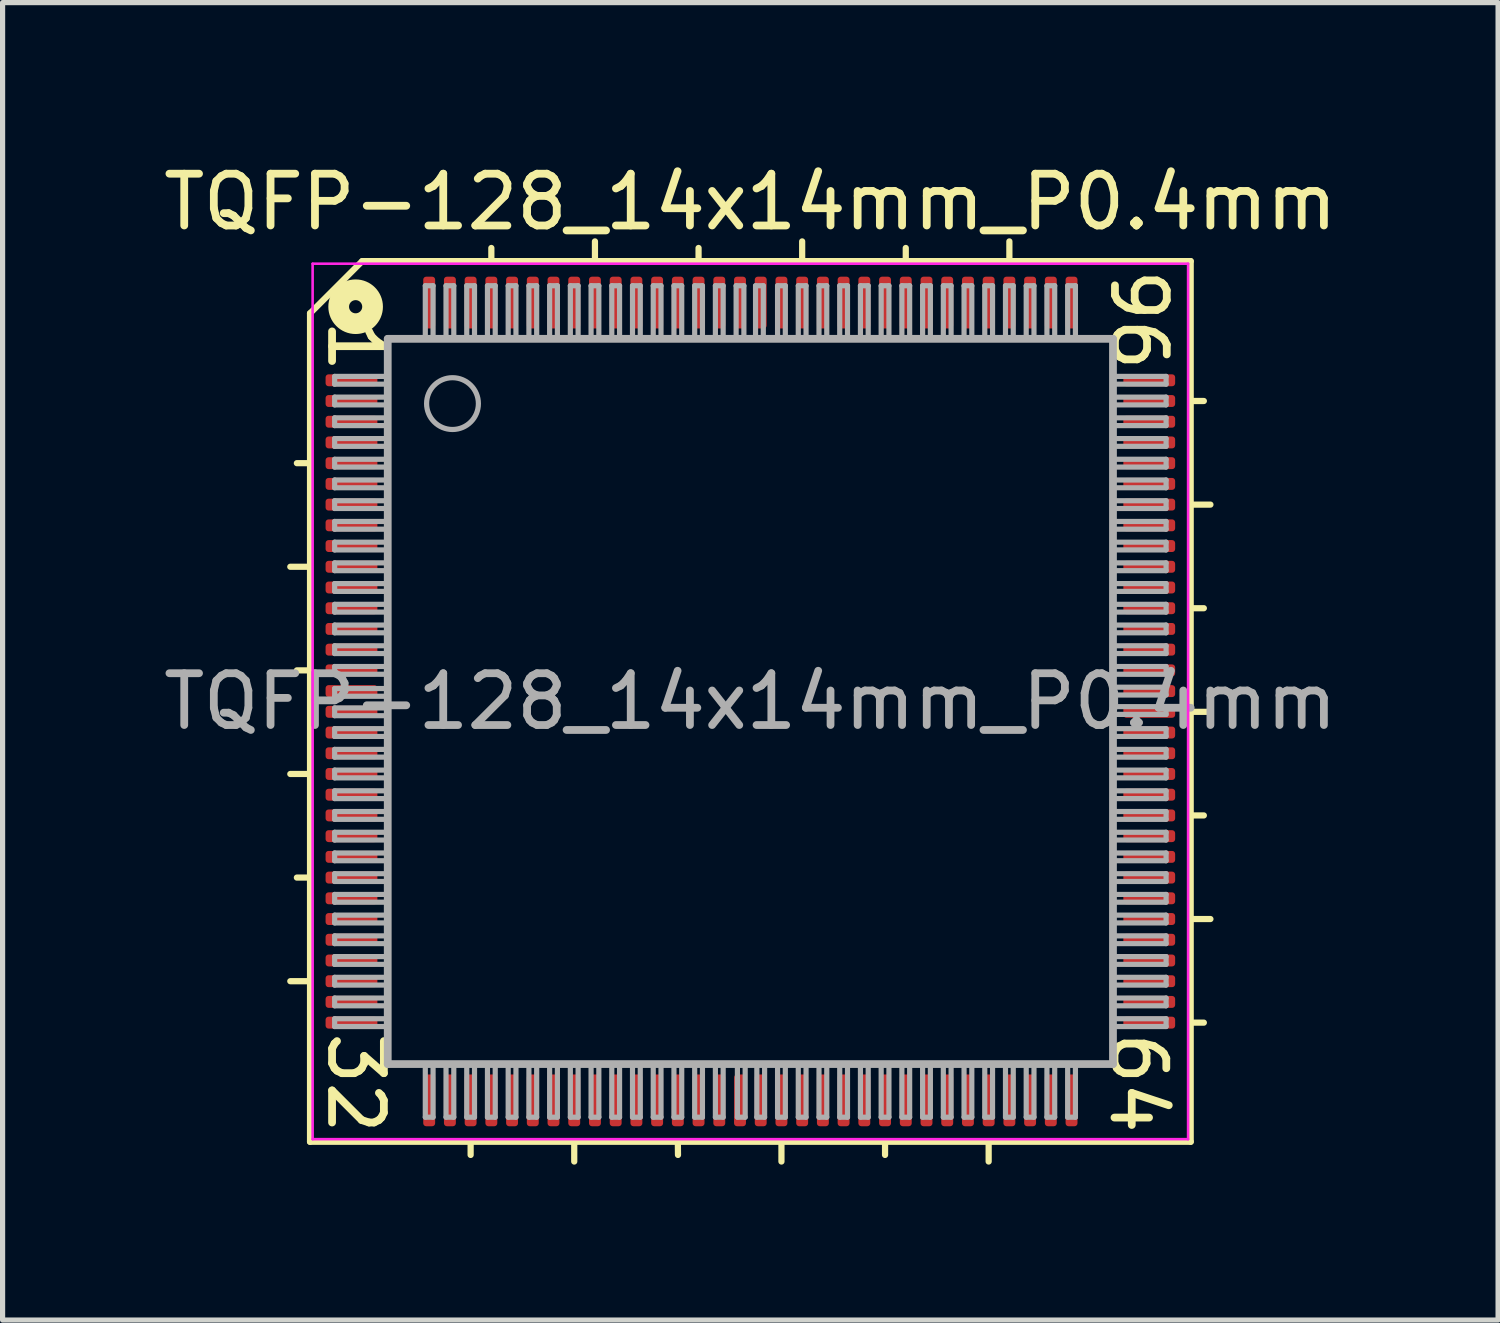
<source format=kicad_pcb>
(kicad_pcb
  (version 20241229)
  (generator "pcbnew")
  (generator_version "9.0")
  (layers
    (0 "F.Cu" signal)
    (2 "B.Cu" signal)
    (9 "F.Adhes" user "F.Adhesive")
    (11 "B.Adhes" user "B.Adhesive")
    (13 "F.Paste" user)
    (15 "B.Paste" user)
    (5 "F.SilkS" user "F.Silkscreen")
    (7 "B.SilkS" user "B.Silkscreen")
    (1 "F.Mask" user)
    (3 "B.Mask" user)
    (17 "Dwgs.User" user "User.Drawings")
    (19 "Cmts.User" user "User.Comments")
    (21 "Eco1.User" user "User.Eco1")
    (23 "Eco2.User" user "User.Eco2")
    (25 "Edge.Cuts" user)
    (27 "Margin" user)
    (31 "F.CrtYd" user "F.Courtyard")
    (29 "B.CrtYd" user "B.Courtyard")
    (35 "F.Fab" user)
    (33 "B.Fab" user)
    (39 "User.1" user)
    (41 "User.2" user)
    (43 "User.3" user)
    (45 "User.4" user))
  (footprint "TQFP-128_14x14mm_P0.4mm"
    (layer "F.Cu")
    (at 11.435 10.491)
    (property "Reference" "TQFP-128_14x14mm_P0.4mm" (at 0 -9.643 0) (layer "F.SilkS") (effects (font (size 1 1) (thickness 0.15))))
    (attr smd)
    (fp_line (start -8.5 -7.493) (end -8.5 8.5) (stroke (width 0.12) (type solid)) (layer "F.SilkS"))
    (fp_line (start -8.5 -4.6) (end -8.754 -4.6) (stroke (width 0.12) (type solid)) (layer "F.SilkS"))
    (fp_line (start -8.5 -2.6) (end -8.881 -2.6) (stroke (width 0.12) (type solid)) (layer "F.SilkS"))
    (fp_line (start -8.5 -0.6) (end -8.754 -0.6) (stroke (width 0.12) (type solid)) (layer "F.SilkS"))
    (fp_line (start -8.5 1.4) (end -8.881 1.4) (stroke (width 0.12) (type solid)) (layer "F.SilkS"))
    (fp_line (start -8.5 3.4) (end -8.754 3.4) (stroke (width 0.12) (type solid)) (layer "F.SilkS"))
    (fp_line (start -8.5 5.4) (end -8.881 5.4) (stroke (width 0.12) (type solid)) (layer "F.SilkS"))
    (fp_line (start -8.5 8.5) (end 8.5 8.5) (stroke (width 0.12) (type solid)) (layer "F.SilkS"))
    (fp_line (start -7.493 -8.5) (end -8.5 -7.493) (stroke (width 0.12) (type solid)) (layer "F.SilkS"))
    (fp_line (start -7.493 -8.5) (end 3.937 -8.5) (stroke (width 0.12) (type solid)) (layer "F.SilkS"))
    (fp_line (start -5.4 8.5) (end -5.4 8.754) (stroke (width 0.12) (type solid)) (layer "F.SilkS"))
    (fp_line (start -5 -8.5) (end -5 -8.754) (stroke (width 0.12) (type solid)) (layer "F.SilkS"))
    (fp_line (start -3.4 8.5) (end -3.4 8.881) (stroke (width 0.12) (type solid)) (layer "F.SilkS"))
    (fp_line (start -3 -8.5) (end -3 -8.881) (stroke (width 0.12) (type solid)) (layer "F.SilkS"))
    (fp_line (start -1.4 8.5) (end -1.397 8.754) (stroke (width 0.12) (type solid)) (layer "F.SilkS"))
    (fp_line (start -1 -8.5) (end -1 -8.754) (stroke (width 0.12) (type solid)) (layer "F.SilkS"))
    (fp_line (start 0.6 8.5) (end 0.6 8.881) (stroke (width 0.12) (type solid)) (layer "F.SilkS"))
    (fp_line (start 1 -8.5) (end 1 -8.881) (stroke (width 0.12) (type solid)) (layer "F.SilkS"))
    (fp_line (start 2.6 8.5) (end 2.6 8.754) (stroke (width 0.12) (type solid)) (layer "F.SilkS"))
    (fp_line (start 3 -8.5) (end 3 -8.754) (stroke (width 0.12) (type solid)) (layer "F.SilkS"))
    (fp_line (start 4.6 8.5) (end 4.6 8.881) (stroke (width 0.12) (type solid)) (layer "F.SilkS"))
    (fp_line (start 5 -8.5) (end 5 -8.881) (stroke (width 0.12) (type solid)) (layer "F.SilkS"))
    (fp_line (start 8.5 -8.5) (end 3.937 -8.5) (stroke (width 0.12) (type solid)) (layer "F.SilkS"))
    (fp_line (start 8.5 -5.8) (end 8.754 -5.8) (stroke (width 0.12) (type solid)) (layer "F.SilkS"))
    (fp_line (start 8.5 -3.8) (end 8.881 -3.8) (stroke (width 0.12) (type solid)) (layer "F.SilkS"))
    (fp_line (start 8.5 -1.8) (end 8.754 -1.8) (stroke (width 0.12) (type solid)) (layer "F.SilkS"))
    (fp_line (start 8.5 0.2) (end 8.881 0.2) (stroke (width 0.12) (type solid)) (layer "F.SilkS"))
    (fp_line (start 8.5 2.2) (end 8.754 2.2) (stroke (width 0.12) (type solid)) (layer "F.SilkS"))
    (fp_line (start 8.5 4.2) (end 8.881 4.2) (stroke (width 0.12) (type solid)) (layer "F.SilkS"))
    (fp_line (start 8.5 6.2) (end 8.754 6.2) (stroke (width 0.12) (type solid)) (layer "F.SilkS"))
    (fp_line (start 8.5 8.5) (end 8.5 -8.5) (stroke (width 0.12) (type solid)) (layer "F.SilkS"))
    (fp_circle (center -7.62 -7.62) (end -7.493 -7.62) (stroke (width 0.4) (type solid)) (fill no) (layer "F.SilkS"))
    (fp_line (start -8.45 -8.45) (end -8.45 8.45) (stroke (width 0.05) (type solid)) (layer "F.CrtYd"))
    (fp_line (start -8.45 -8.45) (end 8.45 -8.45) (stroke (width 0.05) (type solid)) (layer "F.CrtYd"))
    (fp_line (start -8.45 8.45) (end 8.45 8.45) (stroke (width 0.05) (type solid)) (layer "F.CrtYd"))
    (fp_line (start 8.45 -8.45) (end 8.45 8.45) (stroke (width 0.05) (type solid)) (layer "F.CrtYd"))
    (fp_line (start -8.025 -6.275) (end -8.025 -6.125) (stroke (width 0.1) (type solid)) (layer "F.Fab"))
    (fp_line (start -8.025 -6.275) (end -7 -6.275) (stroke (width 0.1) (type solid)) (layer "F.Fab"))
    (fp_line (start -8.025 -6.125) (end -7 -6.125) (stroke (width 0.1) (type solid)) (layer "F.Fab"))
    (fp_line (start -8.025 -5.875) (end -8.025 -5.725) (stroke (width 0.1) (type solid)) (layer "F.Fab"))
    (fp_line (start -8.025 -5.875) (end -7 -5.875) (stroke (width 0.1) (type solid)) (layer "F.Fab"))
    (fp_line (start -8.025 -5.725) (end -7 -5.725) (stroke (width 0.1) (type solid)) (layer "F.Fab"))
    (fp_line (start -8.025 -5.475) (end -8.025 -5.325) (stroke (width 0.1) (type solid)) (layer "F.Fab"))
    (fp_line (start -8.025 -5.475) (end -7 -5.475) (stroke (width 0.1) (type solid)) (layer "F.Fab"))
    (fp_line (start -8.025 -5.325) (end -7 -5.325) (stroke (width 0.1) (type solid)) (layer "F.Fab"))
    (fp_line (start -8.025 -5.075) (end -8.025 -4.925) (stroke (width 0.1) (type solid)) (layer "F.Fab"))
    (fp_line (start -8.025 -5.075) (end -7 -5.075) (stroke (width 0.1) (type solid)) (layer "F.Fab"))
    (fp_line (start -8.025 -4.925) (end -7 -4.925) (stroke (width 0.1) (type solid)) (layer "F.Fab"))
    (fp_line (start -8.025 -4.675) (end -8.025 -4.525) (stroke (width 0.1) (type solid)) (layer "F.Fab"))
    (fp_line (start -8.025 -4.675) (end -7 -4.675) (stroke (width 0.1) (type solid)) (layer "F.Fab"))
    (fp_line (start -8.025 -4.525) (end -7 -4.525) (stroke (width 0.1) (type solid)) (layer "F.Fab"))
    (fp_line (start -8.025 -4.275) (end -8.025 -4.125) (stroke (width 0.1) (type solid)) (layer "F.Fab"))
    (fp_line (start -8.025 -4.275) (end -7 -4.275) (stroke (width 0.1) (type solid)) (layer "F.Fab"))
    (fp_line (start -8.025 -4.125) (end -7 -4.125) (stroke (width 0.1) (type solid)) (layer "F.Fab"))
    (fp_line (start -8.025 -3.875) (end -8.025 -3.725) (stroke (width 0.1) (type solid)) (layer "F.Fab"))
    (fp_line (start -8.025 -3.875) (end -7 -3.875) (stroke (width 0.1) (type solid)) (layer "F.Fab"))
    (fp_line (start -8.025 -3.725) (end -7 -3.725) (stroke (width 0.1) (type solid)) (layer "F.Fab"))
    (fp_line (start -8.025 -3.475) (end -8.025 -3.325) (stroke (width 0.1) (type solid)) (layer "F.Fab"))
    (fp_line (start -8.025 -3.475) (end -7 -3.475) (stroke (width 0.1) (type solid)) (layer "F.Fab"))
    (fp_line (start -8.025 -3.325) (end -7 -3.325) (stroke (width 0.1) (type solid)) (layer "F.Fab"))
    (fp_line (start -8.025 -3.075) (end -8.025 -2.925) (stroke (width 0.1) (type solid)) (layer "F.Fab"))
    (fp_line (start -8.025 -3.075) (end -7 -3.075) (stroke (width 0.1) (type solid)) (layer "F.Fab"))
    (fp_line (start -8.025 -2.925) (end -7 -2.925) (stroke (width 0.1) (type solid)) (layer "F.Fab"))
    (fp_line (start -8.025 -2.675) (end -8.025 -2.525) (stroke (width 0.1) (type solid)) (layer "F.Fab"))
    (fp_line (start -8.025 -2.675) (end -7 -2.675) (stroke (width 0.1) (type solid)) (layer "F.Fab"))
    (fp_line (start -8.025 -2.525) (end -7 -2.525) (stroke (width 0.1) (type solid)) (layer "F.Fab"))
    (fp_line (start -8.025 -2.275) (end -8.025 -2.125) (stroke (width 0.1) (type solid)) (layer "F.Fab"))
    (fp_line (start -8.025 -2.275) (end -7 -2.275) (stroke (width 0.1) (type solid)) (layer "F.Fab"))
    (fp_line (start -8.025 -2.125) (end -7 -2.125) (stroke (width 0.1) (type solid)) (layer "F.Fab"))
    (fp_line (start -8.025 -1.875) (end -8.025 -1.725) (stroke (width 0.1) (type solid)) (layer "F.Fab"))
    (fp_line (start -8.025 -1.875) (end -7 -1.875) (stroke (width 0.1) (type solid)) (layer "F.Fab"))
    (fp_line (start -8.025 -1.725) (end -7 -1.725) (stroke (width 0.1) (type solid)) (layer "F.Fab"))
    (fp_line (start -8.025 -1.475) (end -8.025 -1.325) (stroke (width 0.1) (type solid)) (layer "F.Fab"))
    (fp_line (start -8.025 -1.475) (end -7 -1.475) (stroke (width 0.1) (type solid)) (layer "F.Fab"))
    (fp_line (start -8.025 -1.325) (end -7 -1.325) (stroke (width 0.1) (type solid)) (layer "F.Fab"))
    (fp_line (start -8.025 -1.075) (end -8.025 -0.925) (stroke (width 0.1) (type solid)) (layer "F.Fab"))
    (fp_line (start -8.025 -1.075) (end -7 -1.075) (stroke (width 0.1) (type solid)) (layer "F.Fab"))
    (fp_line (start -8.025 -0.925) (end -7 -0.925) (stroke (width 0.1) (type solid)) (layer "F.Fab"))
    (fp_line (start -8.025 -0.675) (end -8.025 -0.525) (stroke (width 0.1) (type solid)) (layer "F.Fab"))
    (fp_line (start -8.025 -0.675) (end -7 -0.675) (stroke (width 0.1) (type solid)) (layer "F.Fab"))
    (fp_line (start -8.025 -0.525) (end -7 -0.525) (stroke (width 0.1) (type solid)) (layer "F.Fab"))
    (fp_line (start -8.025 -0.25) (end -8.025 -0.1) (stroke (width 0.1) (type solid)) (layer "F.Fab"))
    (fp_line (start -8.025 -0.25) (end -7 -0.25) (stroke (width 0.1) (type solid)) (layer "F.Fab"))
    (fp_line (start -8.025 -0.1) (end -7 -0.1) (stroke (width 0.1) (type solid)) (layer "F.Fab"))
    (fp_line (start -8.025 0.125) (end -8.025 0.275) (stroke (width 0.1) (type solid)) (layer "F.Fab"))
    (fp_line (start -8.025 0.125) (end -7 0.125) (stroke (width 0.1) (type solid)) (layer "F.Fab"))
    (fp_line (start -8.025 0.275) (end -7 0.275) (stroke (width 0.1) (type solid)) (layer "F.Fab"))
    (fp_line (start -8.025 0.525) (end -8.025 0.675) (stroke (width 0.1) (type solid)) (layer "F.Fab"))
    (fp_line (start -8.025 0.525) (end -7 0.525) (stroke (width 0.1) (type solid)) (layer "F.Fab"))
    (fp_line (start -8.025 0.675) (end -7 0.675) (stroke (width 0.1) (type solid)) (layer "F.Fab"))
    (fp_line (start -8.025 0.925) (end -8.025 1.075) (stroke (width 0.1) (type solid)) (layer "F.Fab"))
    (fp_line (start -8.025 0.925) (end -7 0.925) (stroke (width 0.1) (type solid)) (layer "F.Fab"))
    (fp_line (start -8.025 1.075) (end -7 1.075) (stroke (width 0.1) (type solid)) (layer "F.Fab"))
    (fp_line (start -8.025 1.325) (end -8.025 1.475) (stroke (width 0.1) (type solid)) (layer "F.Fab"))
    (fp_line (start -8.025 1.325) (end -7 1.325) (stroke (width 0.1) (type solid)) (layer "F.Fab"))
    (fp_line (start -8.025 1.475) (end -7 1.475) (stroke (width 0.1) (type solid)) (layer "F.Fab"))
    (fp_line (start -8.025 1.725) (end -8.025 1.875) (stroke (width 0.1) (type solid)) (layer "F.Fab"))
    (fp_line (start -8.025 1.725) (end -7 1.725) (stroke (width 0.1) (type solid)) (layer "F.Fab"))
    (fp_line (start -8.025 1.875) (end -7 1.875) (stroke (width 0.1) (type solid)) (layer "F.Fab"))
    (fp_line (start -8.025 2.125) (end -8.025 2.275) (stroke (width 0.1) (type solid)) (layer "F.Fab"))
    (fp_line (start -8.025 2.125) (end -7 2.125) (stroke (width 0.1) (type solid)) (layer "F.Fab"))
    (fp_line (start -8.025 2.275) (end -7 2.275) (stroke (width 0.1) (type solid)) (layer "F.Fab"))
    (fp_line (start -8.025 2.525) (end -8.025 2.675) (stroke (width 0.1) (type solid)) (layer "F.Fab"))
    (fp_line (start -8.025 2.525) (end -7 2.525) (stroke (width 0.1) (type solid)) (layer "F.Fab"))
    (fp_line (start -8.025 2.675) (end -7 2.675) (stroke (width 0.1) (type solid)) (layer "F.Fab"))
    (fp_line (start -8.025 2.925) (end -8.025 3.075) (stroke (width 0.1) (type solid)) (layer "F.Fab"))
    (fp_line (start -8.025 2.925) (end -7 2.925) (stroke (width 0.1) (type solid)) (layer "F.Fab"))
    (fp_line (start -8.025 3.075) (end -7 3.075) (stroke (width 0.1) (type solid)) (layer "F.Fab"))
    (fp_line (start -8.025 3.325) (end -8.025 3.475) (stroke (width 0.1) (type solid)) (layer "F.Fab"))
    (fp_line (start -8.025 3.325) (end -7 3.325) (stroke (width 0.1) (type solid)) (layer "F.Fab"))
    (fp_line (start -8.025 3.475) (end -7 3.475) (stroke (width 0.1) (type solid)) (layer "F.Fab"))
    (fp_line (start -8.025 3.725) (end -8.025 3.875) (stroke (width 0.1) (type solid)) (layer "F.Fab"))
    (fp_line (start -8.025 3.725) (end -7 3.725) (stroke (width 0.1) (type solid)) (layer "F.Fab"))
    (fp_line (start -8.025 3.875) (end -7 3.875) (stroke (width 0.1) (type solid)) (layer "F.Fab"))
    (fp_line (start -8.025 4.125) (end -8.025 4.275) (stroke (width 0.1) (type solid)) (layer "F.Fab"))
    (fp_line (start -8.025 4.125) (end -7 4.125) (stroke (width 0.1) (type solid)) (layer "F.Fab"))
    (fp_line (start -8.025 4.275) (end -7 4.275) (stroke (width 0.1) (type solid)) (layer "F.Fab"))
    (fp_line (start -8.025 4.525) (end -8.025 4.675) (stroke (width 0.1) (type solid)) (layer "F.Fab"))
    (fp_line (start -8.025 4.525) (end -7 4.525) (stroke (width 0.1) (type solid)) (layer "F.Fab"))
    (fp_line (start -8.025 4.675) (end -7 4.675) (stroke (width 0.1) (type solid)) (layer "F.Fab"))
    (fp_line (start -8.025 4.925) (end -8.025 5.075) (stroke (width 0.1) (type solid)) (layer "F.Fab"))
    (fp_line (start -8.025 4.925) (end -7 4.925) (stroke (width 0.1) (type solid)) (layer "F.Fab"))
    (fp_line (start -8.025 5.075) (end -7 5.075) (stroke (width 0.1) (type solid)) (layer "F.Fab"))
    (fp_line (start -8.025 5.325) (end -8.025 5.475) (stroke (width 0.1) (type solid)) (layer "F.Fab"))
    (fp_line (start -8.025 5.325) (end -7 5.325) (stroke (width 0.1) (type solid)) (layer "F.Fab"))
    (fp_line (start -8.025 5.475) (end -7 5.475) (stroke (width 0.1) (type solid)) (layer "F.Fab"))
    (fp_line (start -8.025 5.725) (end -8.025 5.875) (stroke (width 0.1) (type solid)) (layer "F.Fab"))
    (fp_line (start -8.025 5.725) (end -7 5.725) (stroke (width 0.1) (type solid)) (layer "F.Fab"))
    (fp_line (start -8.025 5.875) (end -7 5.875) (stroke (width 0.1) (type solid)) (layer "F.Fab"))
    (fp_line (start -8.025 6.125) (end -8.025 6.275) (stroke (width 0.1) (type solid)) (layer "F.Fab"))
    (fp_line (start -8.025 6.125) (end -7 6.125) (stroke (width 0.1) (type solid)) (layer "F.Fab"))
    (fp_line (start -8.025 6.275) (end -7 6.275) (stroke (width 0.1) (type solid)) (layer "F.Fab"))
    (fp_line (start -7 -7) (end 7 -7) (stroke (width 0.15) (type solid)) (layer "F.Fab"))
    (fp_line (start -7 7) (end -7 -7) (stroke (width 0.15) (type solid)) (layer "F.Fab"))
    (fp_line (start -6.275 -8.025) (end -6.275 -7) (stroke (width 0.1) (type solid)) (layer "F.Fab"))
    (fp_line (start -6.275 8.025) (end -6.275 7) (stroke (width 0.1) (type solid)) (layer "F.Fab"))
    (fp_line (start -6.275 8.025) (end -6.125 8.025) (stroke (width 0.1) (type solid)) (layer "F.Fab"))
    (fp_line (start -6.125 -8.025) (end -6.275 -8.025) (stroke (width 0.1) (type solid)) (layer "F.Fab"))
    (fp_line (start -6.125 -8.025) (end -6.125 -7) (stroke (width 0.1) (type solid)) (layer "F.Fab"))
    (fp_line (start -6.125 8.025) (end -6.125 7) (stroke (width 0.1) (type solid)) (layer "F.Fab"))
    (fp_line (start -5.875 -8.025) (end -5.875 -7) (stroke (width 0.1) (type solid)) (layer "F.Fab"))
    (fp_line (start -5.875 8.025) (end -5.875 7) (stroke (width 0.1) (type solid)) (layer "F.Fab"))
    (fp_line (start -5.875 8.025) (end -5.725 8.025) (stroke (width 0.1) (type solid)) (layer "F.Fab"))
    (fp_line (start -5.725 -8.025) (end -5.875 -8.025) (stroke (width 0.1) (type solid)) (layer "F.Fab"))
    (fp_line (start -5.725 -8.025) (end -5.725 -7) (stroke (width 0.1) (type solid)) (layer "F.Fab"))
    (fp_line (start -5.725 8.025) (end -5.725 7) (stroke (width 0.1) (type solid)) (layer "F.Fab"))
    (fp_line (start -5.475 -8.025) (end -5.475 -7) (stroke (width 0.1) (type solid)) (layer "F.Fab"))
    (fp_line (start -5.475 8.025) (end -5.475 7) (stroke (width 0.1) (type solid)) (layer "F.Fab"))
    (fp_line (start -5.475 8.025) (end -5.325 8.025) (stroke (width 0.1) (type solid)) (layer "F.Fab"))
    (fp_line (start -5.325 -8.025) (end -5.475 -8.025) (stroke (width 0.1) (type solid)) (layer "F.Fab"))
    (fp_line (start -5.325 -8.025) (end -5.325 -7) (stroke (width 0.1) (type solid)) (layer "F.Fab"))
    (fp_line (start -5.325 8.025) (end -5.325 7) (stroke (width 0.1) (type solid)) (layer "F.Fab"))
    (fp_line (start -5.075 -8.025) (end -5.075 -7) (stroke (width 0.1) (type solid)) (layer "F.Fab"))
    (fp_line (start -5.075 8.025) (end -5.075 7) (stroke (width 0.1) (type solid)) (layer "F.Fab"))
    (fp_line (start -5.075 8.025) (end -4.925 8.025) (stroke (width 0.1) (type solid)) (layer "F.Fab"))
    (fp_line (start -4.925 -8.025) (end -5.075 -8.025) (stroke (width 0.1) (type solid)) (layer "F.Fab"))
    (fp_line (start -4.925 -8.025) (end -4.925 -7) (stroke (width 0.1) (type solid)) (layer "F.Fab"))
    (fp_line (start -4.925 8.025) (end -4.925 7) (stroke (width 0.1) (type solid)) (layer "F.Fab"))
    (fp_line (start -4.675 -8.025) (end -4.675 -7) (stroke (width 0.1) (type solid)) (layer "F.Fab"))
    (fp_line (start -4.675 8.025) (end -4.675 7) (stroke (width 0.1) (type solid)) (layer "F.Fab"))
    (fp_line (start -4.675 8.025) (end -4.525 8.025) (stroke (width 0.1) (type solid)) (layer "F.Fab"))
    (fp_line (start -4.525 -8.025) (end -4.675 -8.025) (stroke (width 0.1) (type solid)) (layer "F.Fab"))
    (fp_line (start -4.525 -8.025) (end -4.525 -7) (stroke (width 0.1) (type solid)) (layer "F.Fab"))
    (fp_line (start -4.525 8.025) (end -4.525 7) (stroke (width 0.1) (type solid)) (layer "F.Fab"))
    (fp_line (start -4.275 -8.025) (end -4.275 -7) (stroke (width 0.1) (type solid)) (layer "F.Fab"))
    (fp_line (start -4.275 8.025) (end -4.275 7) (stroke (width 0.1) (type solid)) (layer "F.Fab"))
    (fp_line (start -4.275 8.025) (end -4.125 8.025) (stroke (width 0.1) (type solid)) (layer "F.Fab"))
    (fp_line (start -4.125 -8.025) (end -4.275 -8.025) (stroke (width 0.1) (type solid)) (layer "F.Fab"))
    (fp_line (start -4.125 -8.025) (end -4.125 -7) (stroke (width 0.1) (type solid)) (layer "F.Fab"))
    (fp_line (start -4.125 8.025) (end -4.125 7) (stroke (width 0.1) (type solid)) (layer "F.Fab"))
    (fp_line (start -3.875 -8.025) (end -3.875 -7) (stroke (width 0.1) (type solid)) (layer "F.Fab"))
    (fp_line (start -3.875 8.025) (end -3.875 7) (stroke (width 0.1) (type solid)) (layer "F.Fab"))
    (fp_line (start -3.875 8.025) (end -3.725 8.025) (stroke (width 0.1) (type solid)) (layer "F.Fab"))
    (fp_line (start -3.725 -8.025) (end -3.875 -8.025) (stroke (width 0.1) (type solid)) (layer "F.Fab"))
    (fp_line (start -3.725 -8.025) (end -3.725 -7) (stroke (width 0.1) (type solid)) (layer "F.Fab"))
    (fp_line (start -3.725 8.025) (end -3.725 7) (stroke (width 0.1) (type solid)) (layer "F.Fab"))
    (fp_line (start -3.475 -8.025) (end -3.475 -7) (stroke (width 0.1) (type solid)) (layer "F.Fab"))
    (fp_line (start -3.475 8.025) (end -3.475 7) (stroke (width 0.1) (type solid)) (layer "F.Fab"))
    (fp_line (start -3.475 8.025) (end -3.325 8.025) (stroke (width 0.1) (type solid)) (layer "F.Fab"))
    (fp_line (start -3.325 -8.025) (end -3.475 -8.025) (stroke (width 0.1) (type solid)) (layer "F.Fab"))
    (fp_line (start -3.325 -8.025) (end -3.325 -7) (stroke (width 0.1) (type solid)) (layer "F.Fab"))
    (fp_line (start -3.325 8.025) (end -3.325 7) (stroke (width 0.1) (type solid)) (layer "F.Fab"))
    (fp_line (start -3.075 -8.025) (end -3.075 -7) (stroke (width 0.1) (type solid)) (layer "F.Fab"))
    (fp_line (start -3.075 8.025) (end -3.075 7) (stroke (width 0.1) (type solid)) (layer "F.Fab"))
    (fp_line (start -3.075 8.025) (end -2.925 8.025) (stroke (width 0.1) (type solid)) (layer "F.Fab"))
    (fp_line (start -2.925 -8.025) (end -3.075 -8.025) (stroke (width 0.1) (type solid)) (layer "F.Fab"))
    (fp_line (start -2.925 -8.025) (end -2.925 -7) (stroke (width 0.1) (type solid)) (layer "F.Fab"))
    (fp_line (start -2.925 8.025) (end -2.925 7) (stroke (width 0.1) (type solid)) (layer "F.Fab"))
    (fp_line (start -2.675 -8.025) (end -2.675 -7) (stroke (width 0.1) (type solid)) (layer "F.Fab"))
    (fp_line (start -2.675 8.025) (end -2.675 7) (stroke (width 0.1) (type solid)) (layer "F.Fab"))
    (fp_line (start -2.675 8.025) (end -2.525 8.025) (stroke (width 0.1) (type solid)) (layer "F.Fab"))
    (fp_line (start -2.525 -8.025) (end -2.675 -8.025) (stroke (width 0.1) (type solid)) (layer "F.Fab"))
    (fp_line (start -2.525 -8.025) (end -2.525 -7) (stroke (width 0.1) (type solid)) (layer "F.Fab"))
    (fp_line (start -2.525 8.025) (end -2.525 7) (stroke (width 0.1) (type solid)) (layer "F.Fab"))
    (fp_line (start -2.275 -8.025) (end -2.275 -7) (stroke (width 0.1) (type solid)) (layer "F.Fab"))
    (fp_line (start -2.275 8.025) (end -2.275 7) (stroke (width 0.1) (type solid)) (layer "F.Fab"))
    (fp_line (start -2.275 8.025) (end -2.125 8.025) (stroke (width 0.1) (type solid)) (layer "F.Fab"))
    (fp_line (start -2.125 -8.025) (end -2.275 -8.025) (stroke (width 0.1) (type solid)) (layer "F.Fab"))
    (fp_line (start -2.125 -8.025) (end -2.125 -7) (stroke (width 0.1) (type solid)) (layer "F.Fab"))
    (fp_line (start -2.125 8.025) (end -2.125 7) (stroke (width 0.1) (type solid)) (layer "F.Fab"))
    (fp_line (start -1.875 -8.025) (end -1.875 -7) (stroke (width 0.1) (type solid)) (layer "F.Fab"))
    (fp_line (start -1.875 8.025) (end -1.875 7) (stroke (width 0.1) (type solid)) (layer "F.Fab"))
    (fp_line (start -1.875 8.025) (end -1.725 8.025) (stroke (width 0.1) (type solid)) (layer "F.Fab"))
    (fp_line (start -1.725 -8.025) (end -1.875 -8.025) (stroke (width 0.1) (type solid)) (layer "F.Fab"))
    (fp_line (start -1.725 -8.025) (end -1.725 -7) (stroke (width 0.1) (type solid)) (layer "F.Fab"))
    (fp_line (start -1.725 8.025) (end -1.725 7) (stroke (width 0.1) (type solid)) (layer "F.Fab"))
    (fp_line (start -1.475 -8.025) (end -1.475 -7) (stroke (width 0.1) (type solid)) (layer "F.Fab"))
    (fp_line (start -1.475 8.025) (end -1.475 7) (stroke (width 0.1) (type solid)) (layer "F.Fab"))
    (fp_line (start -1.475 8.025) (end -1.325 8.025) (stroke (width 0.1) (type solid)) (layer "F.Fab"))
    (fp_line (start -1.325 -8.025) (end -1.475 -8.025) (stroke (width 0.1) (type solid)) (layer "F.Fab"))
    (fp_line (start -1.325 -8.025) (end -1.325 -7) (stroke (width 0.1) (type solid)) (layer "F.Fab"))
    (fp_line (start -1.325 8.025) (end -1.325 7) (stroke (width 0.1) (type solid)) (layer "F.Fab"))
    (fp_line (start -1.075 -8.025) (end -1.075 -7) (stroke (width 0.1) (type solid)) (layer "F.Fab"))
    (fp_line (start -1.075 8.025) (end -1.075 7) (stroke (width 0.1) (type solid)) (layer "F.Fab"))
    (fp_line (start -1.075 8.025) (end -0.925 8.025) (stroke (width 0.1) (type solid)) (layer "F.Fab"))
    (fp_line (start -0.925 -8.025) (end -1.075 -8.025) (stroke (width 0.1) (type solid)) (layer "F.Fab"))
    (fp_line (start -0.925 -8.025) (end -0.925 -7) (stroke (width 0.1) (type solid)) (layer "F.Fab"))
    (fp_line (start -0.925 8.025) (end -0.925 7) (stroke (width 0.1) (type solid)) (layer "F.Fab"))
    (fp_line (start -0.675 -8.025) (end -0.675 -7) (stroke (width 0.1) (type solid)) (layer "F.Fab"))
    (fp_line (start -0.675 8.025) (end -0.675 7) (stroke (width 0.1) (type solid)) (layer "F.Fab"))
    (fp_line (start -0.675 8.025) (end -0.525 8.025) (stroke (width 0.1) (type solid)) (layer "F.Fab"))
    (fp_line (start -0.525 -8.025) (end -0.675 -8.025) (stroke (width 0.1) (type solid)) (layer "F.Fab"))
    (fp_line (start -0.525 -8.025) (end -0.525 -7) (stroke (width 0.1) (type solid)) (layer "F.Fab"))
    (fp_line (start -0.525 8.025) (end -0.525 7) (stroke (width 0.1) (type solid)) (layer "F.Fab"))
    (fp_line (start -0.275 -8.025) (end -0.275 -7) (stroke (width 0.1) (type solid)) (layer "F.Fab"))
    (fp_line (start -0.25 8.025) (end -0.25 7) (stroke (width 0.1) (type solid)) (layer "F.Fab"))
    (fp_line (start -0.25 8.025) (end -0.1 8.025) (stroke (width 0.1) (type solid)) (layer "F.Fab"))
    (fp_line (start -0.125 -8.025) (end -0.275 -8.025) (stroke (width 0.1) (type solid)) (layer "F.Fab"))
    (fp_line (start -0.125 -8.025) (end -0.125 -7) (stroke (width 0.1) (type solid)) (layer "F.Fab"))
    (fp_line (start -0.1 8.025) (end -0.1 7) (stroke (width 0.1) (type solid)) (layer "F.Fab"))
    (fp_line (start 0.1 -8.025) (end 0.1 -7) (stroke (width 0.1) (type solid)) (layer "F.Fab"))
    (fp_line (start 0.125 8.025) (end 0.125 7) (stroke (width 0.1) (type solid)) (layer "F.Fab"))
    (fp_line (start 0.125 8.025) (end 0.275 8.025) (stroke (width 0.1) (type solid)) (layer "F.Fab"))
    (fp_line (start 0.25 -8.025) (end 0.1 -8.025) (stroke (width 0.1) (type solid)) (layer "F.Fab"))
    (fp_line (start 0.25 -8.025) (end 0.25 -7) (stroke (width 0.1) (type solid)) (layer "F.Fab"))
    (fp_line (start 0.275 8.025) (end 0.275 7) (stroke (width 0.1) (type solid)) (layer "F.Fab"))
    (fp_line (start 0.525 -8.025) (end 0.525 -7) (stroke (width 0.1) (type solid)) (layer "F.Fab"))
    (fp_line (start 0.525 8.025) (end 0.525 7) (stroke (width 0.1) (type solid)) (layer "F.Fab"))
    (fp_line (start 0.525 8.025) (end 0.675 8.025) (stroke (width 0.1) (type solid)) (layer "F.Fab"))
    (fp_line (start 0.675 -8.025) (end 0.525 -8.025) (stroke (width 0.1) (type solid)) (layer "F.Fab"))
    (fp_line (start 0.675 -8.025) (end 0.675 -7) (stroke (width 0.1) (type solid)) (layer "F.Fab"))
    (fp_line (start 0.675 8.025) (end 0.675 7) (stroke (width 0.1) (type solid)) (layer "F.Fab"))
    (fp_line (start 0.925 -8.025) (end 0.925 -7) (stroke (width 0.1) (type solid)) (layer "F.Fab"))
    (fp_line (start 0.925 8.025) (end 0.925 7) (stroke (width 0.1) (type solid)) (layer "F.Fab"))
    (fp_line (start 0.925 8.025) (end 1.075 8.025) (stroke (width 0.1) (type solid)) (layer "F.Fab"))
    (fp_line (start 1.075 -8.025) (end 0.925 -8.025) (stroke (width 0.1) (type solid)) (layer "F.Fab"))
    (fp_line (start 1.075 -8.025) (end 1.075 -7) (stroke (width 0.1) (type solid)) (layer "F.Fab"))
    (fp_line (start 1.075 8.025) (end 1.075 7) (stroke (width 0.1) (type solid)) (layer "F.Fab"))
    (fp_line (start 1.325 -8.025) (end 1.325 -7) (stroke (width 0.1) (type solid)) (layer "F.Fab"))
    (fp_line (start 1.325 8.025) (end 1.325 7) (stroke (width 0.1) (type solid)) (layer "F.Fab"))
    (fp_line (start 1.325 8.025) (end 1.475 8.025) (stroke (width 0.1) (type solid)) (layer "F.Fab"))
    (fp_line (start 1.475 -8.025) (end 1.325 -8.025) (stroke (width 0.1) (type solid)) (layer "F.Fab"))
    (fp_line (start 1.475 -8.025) (end 1.475 -7) (stroke (width 0.1) (type solid)) (layer "F.Fab"))
    (fp_line (start 1.475 8.025) (end 1.475 7) (stroke (width 0.1) (type solid)) (layer "F.Fab"))
    (fp_line (start 1.725 -8.025) (end 1.725 -7) (stroke (width 0.1) (type solid)) (layer "F.Fab"))
    (fp_line (start 1.725 8.025) (end 1.725 7) (stroke (width 0.1) (type solid)) (layer "F.Fab"))
    (fp_line (start 1.725 8.025) (end 1.875 8.025) (stroke (width 0.1) (type solid)) (layer "F.Fab"))
    (fp_line (start 1.875 -8.025) (end 1.725 -8.025) (stroke (width 0.1) (type solid)) (layer "F.Fab"))
    (fp_line (start 1.875 -8.025) (end 1.875 -7) (stroke (width 0.1) (type solid)) (layer "F.Fab"))
    (fp_line (start 1.875 8.025) (end 1.875 7) (stroke (width 0.1) (type solid)) (layer "F.Fab"))
    (fp_line (start 2.125 -8.025) (end 2.125 -7) (stroke (width 0.1) (type solid)) (layer "F.Fab"))
    (fp_line (start 2.125 8.025) (end 2.125 7) (stroke (width 0.1) (type solid)) (layer "F.Fab"))
    (fp_line (start 2.125 8.025) (end 2.275 8.025) (stroke (width 0.1) (type solid)) (layer "F.Fab"))
    (fp_line (start 2.275 -8.025) (end 2.125 -8.025) (stroke (width 0.1) (type solid)) (layer "F.Fab"))
    (fp_line (start 2.275 -8.025) (end 2.275 -7) (stroke (width 0.1) (type solid)) (layer "F.Fab"))
    (fp_line (start 2.275 8.025) (end 2.275 7) (stroke (width 0.1) (type solid)) (layer "F.Fab"))
    (fp_line (start 2.525 -8.025) (end 2.525 -7) (stroke (width 0.1) (type solid)) (layer "F.Fab"))
    (fp_line (start 2.525 8.025) (end 2.525 7) (stroke (width 0.1) (type solid)) (layer "F.Fab"))
    (fp_line (start 2.525 8.025) (end 2.675 8.025) (stroke (width 0.1) (type solid)) (layer "F.Fab"))
    (fp_line (start 2.675 -8.025) (end 2.525 -8.025) (stroke (width 0.1) (type solid)) (layer "F.Fab"))
    (fp_line (start 2.675 -8.025) (end 2.675 -7) (stroke (width 0.1) (type solid)) (layer "F.Fab"))
    (fp_line (start 2.675 8.025) (end 2.675 7) (stroke (width 0.1) (type solid)) (layer "F.Fab"))
    (fp_line (start 2.925 -8.025) (end 2.925 -7) (stroke (width 0.1) (type solid)) (layer "F.Fab"))
    (fp_line (start 2.925 8.025) (end 2.925 7) (stroke (width 0.1) (type solid)) (layer "F.Fab"))
    (fp_line (start 2.925 8.025) (end 3.075 8.025) (stroke (width 0.1) (type solid)) (layer "F.Fab"))
    (fp_line (start 3.075 -8.025) (end 2.925 -8.025) (stroke (width 0.1) (type solid)) (layer "F.Fab"))
    (fp_line (start 3.075 -8.025) (end 3.075 -7) (stroke (width 0.1) (type solid)) (layer "F.Fab"))
    (fp_line (start 3.075 8.025) (end 3.075 7) (stroke (width 0.1) (type solid)) (layer "F.Fab"))
    (fp_line (start 3.325 -8.025) (end 3.325 -7) (stroke (width 0.1) (type solid)) (layer "F.Fab"))
    (fp_line (start 3.325 8.025) (end 3.325 7) (stroke (width 0.1) (type solid)) (layer "F.Fab"))
    (fp_line (start 3.325 8.025) (end 3.475 8.025) (stroke (width 0.1) (type solid)) (layer "F.Fab"))
    (fp_line (start 3.475 -8.025) (end 3.325 -8.025) (stroke (width 0.1) (type solid)) (layer "F.Fab"))
    (fp_line (start 3.475 -8.025) (end 3.475 -7) (stroke (width 0.1) (type solid)) (layer "F.Fab"))
    (fp_line (start 3.475 8.025) (end 3.475 7) (stroke (width 0.1) (type solid)) (layer "F.Fab"))
    (fp_line (start 3.725 -8.025) (end 3.725 -7) (stroke (width 0.1) (type solid)) (layer "F.Fab"))
    (fp_line (start 3.725 8.025) (end 3.725 7) (stroke (width 0.1) (type solid)) (layer "F.Fab"))
    (fp_line (start 3.725 8.025) (end 3.875 8.025) (stroke (width 0.1) (type solid)) (layer "F.Fab"))
    (fp_line (start 3.875 -8.025) (end 3.725 -8.025) (stroke (width 0.1) (type solid)) (layer "F.Fab"))
    (fp_line (start 3.875 -8.025) (end 3.875 -7) (stroke (width 0.1) (type solid)) (layer "F.Fab"))
    (fp_line (start 3.875 8.025) (end 3.875 7) (stroke (width 0.1) (type solid)) (layer "F.Fab"))
    (fp_line (start 4.125 -8.025) (end 4.125 -7) (stroke (width 0.1) (type solid)) (layer "F.Fab"))
    (fp_line (start 4.125 8.025) (end 4.125 7) (stroke (width 0.1) (type solid)) (layer "F.Fab"))
    (fp_line (start 4.125 8.025) (end 4.275 8.025) (stroke (width 0.1) (type solid)) (layer "F.Fab"))
    (fp_line (start 4.275 -8.025) (end 4.125 -8.025) (stroke (width 0.1) (type solid)) (layer "F.Fab"))
    (fp_line (start 4.275 -8.025) (end 4.275 -7) (stroke (width 0.1) (type solid)) (layer "F.Fab"))
    (fp_line (start 4.275 8.025) (end 4.275 7) (stroke (width 0.1) (type solid)) (layer "F.Fab"))
    (fp_line (start 4.525 -8.025) (end 4.525 -7) (stroke (width 0.1) (type solid)) (layer "F.Fab"))
    (fp_line (start 4.525 8.025) (end 4.525 7) (stroke (width 0.1) (type solid)) (layer "F.Fab"))
    (fp_line (start 4.525 8.025) (end 4.675 8.025) (stroke (width 0.1) (type solid)) (layer "F.Fab"))
    (fp_line (start 4.675 -8.025) (end 4.525 -8.025) (stroke (width 0.1) (type solid)) (layer "F.Fab"))
    (fp_line (start 4.675 -8.025) (end 4.675 -7) (stroke (width 0.1) (type solid)) (layer "F.Fab"))
    (fp_line (start 4.675 8.025) (end 4.675 7) (stroke (width 0.1) (type solid)) (layer "F.Fab"))
    (fp_line (start 4.925 -8.025) (end 4.925 -7) (stroke (width 0.1) (type solid)) (layer "F.Fab"))
    (fp_line (start 4.925 8.025) (end 4.925 7) (stroke (width 0.1) (type solid)) (layer "F.Fab"))
    (fp_line (start 4.925 8.025) (end 5.075 8.025) (stroke (width 0.1) (type solid)) (layer "F.Fab"))
    (fp_line (start 5.075 -8.025) (end 4.925 -8.025) (stroke (width 0.1) (type solid)) (layer "F.Fab"))
    (fp_line (start 5.075 -8.025) (end 5.075 -7) (stroke (width 0.1) (type solid)) (layer "F.Fab"))
    (fp_line (start 5.075 8.025) (end 5.075 7) (stroke (width 0.1) (type solid)) (layer "F.Fab"))
    (fp_line (start 5.325 -8.025) (end 5.325 -7) (stroke (width 0.1) (type solid)) (layer "F.Fab"))
    (fp_line (start 5.325 8.025) (end 5.325 7) (stroke (width 0.1) (type solid)) (layer "F.Fab"))
    (fp_line (start 5.325 8.025) (end 5.475 8.025) (stroke (width 0.1) (type solid)) (layer "F.Fab"))
    (fp_line (start 5.475 -8.025) (end 5.325 -8.025) (stroke (width 0.1) (type solid)) (layer "F.Fab"))
    (fp_line (start 5.475 -8.025) (end 5.475 -7) (stroke (width 0.1) (type solid)) (layer "F.Fab"))
    (fp_line (start 5.475 8.025) (end 5.475 7) (stroke (width 0.1) (type solid)) (layer "F.Fab"))
    (fp_line (start 5.725 -8.025) (end 5.725 -7) (stroke (width 0.1) (type solid)) (layer "F.Fab"))
    (fp_line (start 5.725 8.025) (end 5.725 7) (stroke (width 0.1) (type solid)) (layer "F.Fab"))
    (fp_line (start 5.725 8.025) (end 5.875 8.025) (stroke (width 0.1) (type solid)) (layer "F.Fab"))
    (fp_line (start 5.875 -8.025) (end 5.725 -8.025) (stroke (width 0.1) (type solid)) (layer "F.Fab"))
    (fp_line (start 5.875 -8.025) (end 5.875 -7) (stroke (width 0.1) (type solid)) (layer "F.Fab"))
    (fp_line (start 5.875 8.025) (end 5.875 7) (stroke (width 0.1) (type solid)) (layer "F.Fab"))
    (fp_line (start 6.125 -8.025) (end 6.125 -7) (stroke (width 0.1) (type solid)) (layer "F.Fab"))
    (fp_line (start 6.125 8.025) (end 6.125 7) (stroke (width 0.1) (type solid)) (layer "F.Fab"))
    (fp_line (start 6.125 8.025) (end 6.275 8.025) (stroke (width 0.1) (type solid)) (layer "F.Fab"))
    (fp_line (start 6.275 -8.025) (end 6.125 -8.025) (stroke (width 0.1) (type solid)) (layer "F.Fab"))
    (fp_line (start 6.275 -8.025) (end 6.275 -7) (stroke (width 0.1) (type solid)) (layer "F.Fab"))
    (fp_line (start 6.275 8.025) (end 6.275 7) (stroke (width 0.1) (type solid)) (layer "F.Fab"))
    (fp_line (start 7 -7) (end 7 7) (stroke (width 0.15) (type solid)) (layer "F.Fab"))
    (fp_line (start 7 7) (end -7 7) (stroke (width 0.15) (type solid)) (layer "F.Fab"))
    (fp_line (start 8.025 -6.275) (end 7 -6.275) (stroke (width 0.1) (type solid)) (layer "F.Fab"))
    (fp_line (start 8.025 -6.125) (end 7 -6.125) (stroke (width 0.1) (type solid)) (layer "F.Fab"))
    (fp_line (start 8.025 -6.125) (end 8.025 -6.275) (stroke (width 0.1) (type solid)) (layer "F.Fab"))
    (fp_line (start 8.025 -5.875) (end 7 -5.875) (stroke (width 0.1) (type solid)) (layer "F.Fab"))
    (fp_line (start 8.025 -5.725) (end 7 -5.725) (stroke (width 0.1) (type solid)) (layer "F.Fab"))
    (fp_line (start 8.025 -5.725) (end 8.025 -5.875) (stroke (width 0.1) (type solid)) (layer "F.Fab"))
    (fp_line (start 8.025 -5.475) (end 7 -5.475) (stroke (width 0.1) (type solid)) (layer "F.Fab"))
    (fp_line (start 8.025 -5.325) (end 7 -5.325) (stroke (width 0.1) (type solid)) (layer "F.Fab"))
    (fp_line (start 8.025 -5.325) (end 8.025 -5.475) (stroke (width 0.1) (type solid)) (layer "F.Fab"))
    (fp_line (start 8.025 -5.075) (end 7 -5.075) (stroke (width 0.1) (type solid)) (layer "F.Fab"))
    (fp_line (start 8.025 -4.925) (end 7 -4.925) (stroke (width 0.1) (type solid)) (layer "F.Fab"))
    (fp_line (start 8.025 -4.925) (end 8.025 -5.075) (stroke (width 0.1) (type solid)) (layer "F.Fab"))
    (fp_line (start 8.025 -4.675) (end 7 -4.675) (stroke (width 0.1) (type solid)) (layer "F.Fab"))
    (fp_line (start 8.025 -4.525) (end 7 -4.525) (stroke (width 0.1) (type solid)) (layer "F.Fab"))
    (fp_line (start 8.025 -4.525) (end 8.025 -4.675) (stroke (width 0.1) (type solid)) (layer "F.Fab"))
    (fp_line (start 8.025 -4.275) (end 7 -4.275) (stroke (width 0.1) (type solid)) (layer "F.Fab"))
    (fp_line (start 8.025 -4.125) (end 7 -4.125) (stroke (width 0.1) (type solid)) (layer "F.Fab"))
    (fp_line (start 8.025 -4.125) (end 8.025 -4.275) (stroke (width 0.1) (type solid)) (layer "F.Fab"))
    (fp_line (start 8.025 -3.875) (end 7 -3.875) (stroke (width 0.1) (type solid)) (layer "F.Fab"))
    (fp_line (start 8.025 -3.725) (end 7 -3.725) (stroke (width 0.1) (type solid)) (layer "F.Fab"))
    (fp_line (start 8.025 -3.725) (end 8.025 -3.875) (stroke (width 0.1) (type solid)) (layer "F.Fab"))
    (fp_line (start 8.025 -3.475) (end 7 -3.475) (stroke (width 0.1) (type solid)) (layer "F.Fab"))
    (fp_line (start 8.025 -3.325) (end 7 -3.325) (stroke (width 0.1) (type solid)) (layer "F.Fab"))
    (fp_line (start 8.025 -3.325) (end 8.025 -3.475) (stroke (width 0.1) (type solid)) (layer "F.Fab"))
    (fp_line (start 8.025 -3.075) (end 7 -3.075) (stroke (width 0.1) (type solid)) (layer "F.Fab"))
    (fp_line (start 8.025 -2.925) (end 7 -2.925) (stroke (width 0.1) (type solid)) (layer "F.Fab"))
    (fp_line (start 8.025 -2.925) (end 8.025 -3.075) (stroke (width 0.1) (type solid)) (layer "F.Fab"))
    (fp_line (start 8.025 -2.675) (end 7 -2.675) (stroke (width 0.1) (type solid)) (layer "F.Fab"))
    (fp_line (start 8.025 -2.525) (end 7 -2.525) (stroke (width 0.1) (type solid)) (layer "F.Fab"))
    (fp_line (start 8.025 -2.525) (end 8.025 -2.675) (stroke (width 0.1) (type solid)) (layer "F.Fab"))
    (fp_line (start 8.025 -2.275) (end 7 -2.275) (stroke (width 0.1) (type solid)) (layer "F.Fab"))
    (fp_line (start 8.025 -2.125) (end 7 -2.125) (stroke (width 0.1) (type solid)) (layer "F.Fab"))
    (fp_line (start 8.025 -2.125) (end 8.025 -2.275) (stroke (width 0.1) (type solid)) (layer "F.Fab"))
    (fp_line (start 8.025 -1.875) (end 7 -1.875) (stroke (width 0.1) (type solid)) (layer "F.Fab"))
    (fp_line (start 8.025 -1.725) (end 7 -1.725) (stroke (width 0.1) (type solid)) (layer "F.Fab"))
    (fp_line (start 8.025 -1.725) (end 8.025 -1.875) (stroke (width 0.1) (type solid)) (layer "F.Fab"))
    (fp_line (start 8.025 -1.475) (end 7 -1.475) (stroke (width 0.1) (type solid)) (layer "F.Fab"))
    (fp_line (start 8.025 -1.325) (end 7 -1.325) (stroke (width 0.1) (type solid)) (layer "F.Fab"))
    (fp_line (start 8.025 -1.325) (end 8.025 -1.475) (stroke (width 0.1) (type solid)) (layer "F.Fab"))
    (fp_line (start 8.025 -1.075) (end 7 -1.075) (stroke (width 0.1) (type solid)) (layer "F.Fab"))
    (fp_line (start 8.025 -0.925) (end 7 -0.925) (stroke (width 0.1) (type solid)) (layer "F.Fab"))
    (fp_line (start 8.025 -0.925) (end 8.025 -1.075) (stroke (width 0.1) (type solid)) (layer "F.Fab"))
    (fp_line (start 8.025 -0.675) (end 7 -0.675) (stroke (width 0.1) (type solid)) (layer "F.Fab"))
    (fp_line (start 8.025 -0.525) (end 7 -0.525) (stroke (width 0.1) (type solid)) (layer "F.Fab"))
    (fp_line (start 8.025 -0.525) (end 8.025 -0.675) (stroke (width 0.1) (type solid)) (layer "F.Fab"))
    (fp_line (start 8.025 -0.275) (end 7 -0.275) (stroke (width 0.1) (type solid)) (layer "F.Fab"))
    (fp_line (start 8.025 -0.125) (end 7 -0.125) (stroke (width 0.1) (type solid)) (layer "F.Fab"))
    (fp_line (start 8.025 -0.125) (end 8.025 -0.275) (stroke (width 0.1) (type solid)) (layer "F.Fab"))
    (fp_line (start 8.025 0.1) (end 7 0.1) (stroke (width 0.1) (type solid)) (layer "F.Fab"))
    (fp_line (start 8.025 0.25) (end 7 0.25) (stroke (width 0.1) (type solid)) (layer "F.Fab"))
    (fp_line (start 8.025 0.25) (end 8.025 0.1) (stroke (width 0.1) (type solid)) (layer "F.Fab"))
    (fp_line (start 8.025 0.525) (end 7 0.525) (stroke (width 0.1) (type solid)) (layer "F.Fab"))
    (fp_line (start 8.025 0.675) (end 7 0.675) (stroke (width 0.1) (type solid)) (layer "F.Fab"))
    (fp_line (start 8.025 0.675) (end 8.025 0.525) (stroke (width 0.1) (type solid)) (layer "F.Fab"))
    (fp_line (start 8.025 0.925) (end 7 0.925) (stroke (width 0.1) (type solid)) (layer "F.Fab"))
    (fp_line (start 8.025 1.075) (end 7 1.075) (stroke (width 0.1) (type solid)) (layer "F.Fab"))
    (fp_line (start 8.025 1.075) (end 8.025 0.925) (stroke (width 0.1) (type solid)) (layer "F.Fab"))
    (fp_line (start 8.025 1.325) (end 7 1.325) (stroke (width 0.1) (type solid)) (layer "F.Fab"))
    (fp_line (start 8.025 1.475) (end 7 1.475) (stroke (width 0.1) (type solid)) (layer "F.Fab"))
    (fp_line (start 8.025 1.475) (end 8.025 1.325) (stroke (width 0.1) (type solid)) (layer "F.Fab"))
    (fp_line (start 8.025 1.725) (end 7 1.725) (stroke (width 0.1) (type solid)) (layer "F.Fab"))
    (fp_line (start 8.025 1.875) (end 7 1.875) (stroke (width 0.1) (type solid)) (layer "F.Fab"))
    (fp_line (start 8.025 1.875) (end 8.025 1.725) (stroke (width 0.1) (type solid)) (layer "F.Fab"))
    (fp_line (start 8.025 2.125) (end 7 2.125) (stroke (width 0.1) (type solid)) (layer "F.Fab"))
    (fp_line (start 8.025 2.275) (end 7 2.275) (stroke (width 0.1) (type solid)) (layer "F.Fab"))
    (fp_line (start 8.025 2.275) (end 8.025 2.125) (stroke (width 0.1) (type solid)) (layer "F.Fab"))
    (fp_line (start 8.025 2.525) (end 7 2.525) (stroke (width 0.1) (type solid)) (layer "F.Fab"))
    (fp_line (start 8.025 2.675) (end 7 2.675) (stroke (width 0.1) (type solid)) (layer "F.Fab"))
    (fp_line (start 8.025 2.675) (end 8.025 2.525) (stroke (width 0.1) (type solid)) (layer "F.Fab"))
    (fp_line (start 8.025 2.925) (end 7 2.925) (stroke (width 0.1) (type solid)) (layer "F.Fab"))
    (fp_line (start 8.025 3.075) (end 7 3.075) (stroke (width 0.1) (type solid)) (layer "F.Fab"))
    (fp_line (start 8.025 3.075) (end 8.025 2.925) (stroke (width 0.1) (type solid)) (layer "F.Fab"))
    (fp_line (start 8.025 3.325) (end 7 3.325) (stroke (width 0.1) (type solid)) (layer "F.Fab"))
    (fp_line (start 8.025 3.475) (end 7 3.475) (stroke (width 0.1) (type solid)) (layer "F.Fab"))
    (fp_line (start 8.025 3.475) (end 8.025 3.325) (stroke (width 0.1) (type solid)) (layer "F.Fab"))
    (fp_line (start 8.025 3.725) (end 7 3.725) (stroke (width 0.1) (type solid)) (layer "F.Fab"))
    (fp_line (start 8.025 3.875) (end 7 3.875) (stroke (width 0.1) (type solid)) (layer "F.Fab"))
    (fp_line (start 8.025 3.875) (end 8.025 3.725) (stroke (width 0.1) (type solid)) (layer "F.Fab"))
    (fp_line (start 8.025 4.125) (end 7 4.125) (stroke (width 0.1) (type solid)) (layer "F.Fab"))
    (fp_line (start 8.025 4.275) (end 7 4.275) (stroke (width 0.1) (type solid)) (layer "F.Fab"))
    (fp_line (start 8.025 4.275) (end 8.025 4.125) (stroke (width 0.1) (type solid)) (layer "F.Fab"))
    (fp_line (start 8.025 4.525) (end 7 4.525) (stroke (width 0.1) (type solid)) (layer "F.Fab"))
    (fp_line (start 8.025 4.675) (end 7 4.675) (stroke (width 0.1) (type solid)) (layer "F.Fab"))
    (fp_line (start 8.025 4.675) (end 8.025 4.525) (stroke (width 0.1) (type solid)) (layer "F.Fab"))
    (fp_line (start 8.025 4.925) (end 7 4.925) (stroke (width 0.1) (type solid)) (layer "F.Fab"))
    (fp_line (start 8.025 5.075) (end 7 5.075) (stroke (width 0.1) (type solid)) (layer "F.Fab"))
    (fp_line (start 8.025 5.075) (end 8.025 4.925) (stroke (width 0.1) (type solid)) (layer "F.Fab"))
    (fp_line (start 8.025 5.325) (end 7 5.325) (stroke (width 0.1) (type solid)) (layer "F.Fab"))
    (fp_line (start 8.025 5.475) (end 7 5.475) (stroke (width 0.1) (type solid)) (layer "F.Fab"))
    (fp_line (start 8.025 5.475) (end 8.025 5.325) (stroke (width 0.1) (type solid)) (layer "F.Fab"))
    (fp_line (start 8.025 5.725) (end 7 5.725) (stroke (width 0.1) (type solid)) (layer "F.Fab"))
    (fp_line (start 8.025 5.875) (end 7 5.875) (stroke (width 0.1) (type solid)) (layer "F.Fab"))
    (fp_line (start 8.025 5.875) (end 8.025 5.725) (stroke (width 0.1) (type solid)) (layer "F.Fab"))
    (fp_line (start 8.025 6.125) (end 7 6.125) (stroke (width 0.1) (type solid)) (layer "F.Fab"))
    (fp_line (start 8.025 6.275) (end 7 6.275) (stroke (width 0.1) (type solid)) (layer "F.Fab"))
    (fp_line (start 8.025 6.275) (end 8.025 6.125) (stroke (width 0.1) (type solid)) (layer "F.Fab"))
    (fp_circle (center -5.75 -5.75) (end -5.25 -5.75) (stroke (width 0.1) (type solid)) (fill no) (layer "F.Fab"))
    (fp_text user "64" (at 7.484 7.366 270) (unlocked yes) (layer "F.SilkS") (effects (font (size 1 1) (thickness 0.15))))
    (fp_text user "96" (at 7.493 -7.366 270) (unlocked yes) (layer "F.SilkS") (effects (font (size 1 1) (thickness 0.15))))
    (fp_text user "32" (at -7.62 7.366 270) (unlocked yes) (layer "F.SilkS") (effects (font (size 1 1) (thickness 0.15))))
    (fp_text user "1" (at -7.62 -6.858 270) (unlocked yes) (layer "F.SilkS") (effects (font (size 1 1) (thickness 0.15))))
    (fp_text user "${REFERENCE}" (at 0 0 0) (layer "F.Fab") (effects (font (size 1 1) (thickness 0.15))))
    (pad "1" smd roundrect (at -7.7 -6.2) (size 1 0.23) (layers "F.Cu" "F.Mask" "F.Paste") (roundrect_rratio 0.25))
    (pad "2" smd roundrect (at -7.7 -5.8) (size 1 0.23) (layers "F.Cu" "F.Mask" "F.Paste") (roundrect_rratio 0.25))
    (pad "3" smd roundrect (at -7.7 -5.4) (size 1 0.23) (layers "F.Cu" "F.Mask" "F.Paste") (roundrect_rratio 0.25))
    (pad "4" smd roundrect (at -7.7 -5) (size 1 0.23) (layers "F.Cu" "F.Mask" "F.Paste") (roundrect_rratio 0.25))
    (pad "5" smd roundrect (at -7.7 -4.6) (size 1 0.23) (layers "F.Cu" "F.Mask" "F.Paste") (roundrect_rratio 0.25))
    (pad "6" smd roundrect (at -7.7 -4.2) (size 1 0.23) (layers "F.Cu" "F.Mask" "F.Paste") (roundrect_rratio 0.25))
    (pad "7" smd roundrect (at -7.7 -3.8) (size 1 0.23) (layers "F.Cu" "F.Mask" "F.Paste") (roundrect_rratio 0.25))
    (pad "8" smd roundrect (at -7.7 -3.4) (size 1 0.23) (layers "F.Cu" "F.Mask" "F.Paste") (roundrect_rratio 0.25))
    (pad "9" smd roundrect (at -7.7 -3) (size 1 0.23) (layers "F.Cu" "F.Mask" "F.Paste") (roundrect_rratio 0.25))
    (pad "10" smd roundrect (at -7.7 -2.6) (size 1 0.23) (layers "F.Cu" "F.Mask" "F.Paste") (roundrect_rratio 0.25))
    (pad "11" smd roundrect (at -7.7 -2.2) (size 1 0.23) (layers "F.Cu" "F.Mask" "F.Paste") (roundrect_rratio 0.25))
    (pad "12" smd roundrect (at -7.7 -1.8) (size 1 0.23) (layers "F.Cu" "F.Mask" "F.Paste") (roundrect_rratio 0.25))
    (pad "13" smd roundrect (at -7.7 -1.4) (size 1 0.23) (layers "F.Cu" "F.Mask" "F.Paste") (roundrect_rratio 0.25))
    (pad "14" smd roundrect (at -7.7 -1) (size 1 0.23) (layers "F.Cu" "F.Mask" "F.Paste") (roundrect_rratio 0.25))
    (pad "15" smd roundrect (at -7.7 -0.6) (size 1 0.23) (layers "F.Cu" "F.Mask" "F.Paste") (roundrect_rratio 0.25))
    (pad "16" smd roundrect (at -7.7 -0.2) (size 1 0.23) (layers "F.Cu" "F.Mask" "F.Paste") (roundrect_rratio 0.25))
    (pad "17" smd roundrect (at -7.7 0.2) (size 1 0.23) (layers "F.Cu" "F.Mask" "F.Paste") (roundrect_rratio 0.25))
    (pad "18" smd roundrect (at -7.7 0.6) (size 1 0.23) (layers "F.Cu" "F.Mask" "F.Paste") (roundrect_rratio 0.25))
    (pad "19" smd roundrect (at -7.7 1) (size 1 0.23) (layers "F.Cu" "F.Mask" "F.Paste") (roundrect_rratio 0.25))
    (pad "20" smd roundrect (at -7.7 1.4) (size 1 0.23) (layers "F.Cu" "F.Mask" "F.Paste") (roundrect_rratio 0.25))
    (pad "21" smd roundrect (at -7.7 1.8) (size 1 0.23) (layers "F.Cu" "F.Mask" "F.Paste") (roundrect_rratio 0.25))
    (pad "22" smd roundrect (at -7.7 2.2) (size 1 0.23) (layers "F.Cu" "F.Mask" "F.Paste") (roundrect_rratio 0.25))
    (pad "23" smd roundrect (at -7.7 2.6) (size 1 0.23) (layers "F.Cu" "F.Mask" "F.Paste") (roundrect_rratio 0.25))
    (pad "24" smd roundrect (at -7.7 3) (size 1 0.23) (layers "F.Cu" "F.Mask" "F.Paste") (roundrect_rratio 0.25))
    (pad "25" smd roundrect (at -7.7 3.4) (size 1 0.23) (layers "F.Cu" "F.Mask" "F.Paste") (roundrect_rratio 0.25))
    (pad "26" smd roundrect (at -7.7 3.8) (size 1 0.23) (layers "F.Cu" "F.Mask" "F.Paste") (roundrect_rratio 0.25))
    (pad "27" smd roundrect (at -7.7 4.2) (size 1 0.23) (layers "F.Cu" "F.Mask" "F.Paste") (roundrect_rratio 0.25))
    (pad "28" smd roundrect (at -7.7 4.6) (size 1 0.23) (layers "F.Cu" "F.Mask" "F.Paste") (roundrect_rratio 0.25))
    (pad "29" smd roundrect (at -7.7 5) (size 1 0.23) (layers "F.Cu" "F.Mask" "F.Paste") (roundrect_rratio 0.25))
    (pad "30" smd roundrect (at -7.7 5.4) (size 1 0.23) (layers "F.Cu" "F.Mask" "F.Paste") (roundrect_rratio 0.25))
    (pad "31" smd roundrect (at -7.7 5.8) (size 1 0.23) (layers "F.Cu" "F.Mask" "F.Paste") (roundrect_rratio 0.25))
    (pad "32" smd roundrect (at -7.7 6.2) (size 1 0.23) (layers "F.Cu" "F.Mask" "F.Paste") (roundrect_rratio 0.25))
    (pad "33" smd roundrect (at -6.2 7.7 90) (size 1 0.23) (layers "F.Cu" "F.Mask" "F.Paste") (roundrect_rratio 0.25))
    (pad "34" smd roundrect (at -5.8 7.7 90) (size 1 0.23) (layers "F.Cu" "F.Mask" "F.Paste") (roundrect_rratio 0.25))
    (pad "35" smd roundrect (at -5.4 7.7 90) (size 1 0.23) (layers "F.Cu" "F.Mask" "F.Paste") (roundrect_rratio 0.25))
    (pad "36" smd roundrect (at -5 7.7 90) (size 1 0.23) (layers "F.Cu" "F.Mask" "F.Paste") (roundrect_rratio 0.25))
    (pad "37" smd roundrect (at -4.6 7.7 90) (size 1 0.23) (layers "F.Cu" "F.Mask" "F.Paste") (roundrect_rratio 0.25))
    (pad "38" smd roundrect (at -4.2 7.7 90) (size 1 0.23) (layers "F.Cu" "F.Mask" "F.Paste") (roundrect_rratio 0.25))
    (pad "39" smd roundrect (at -3.8 7.7 90) (size 1 0.23) (layers "F.Cu" "F.Mask" "F.Paste") (roundrect_rratio 0.25))
    (pad "40" smd roundrect (at -3.4 7.7 90) (size 1 0.23) (layers "F.Cu" "F.Mask" "F.Paste") (roundrect_rratio 0.25))
    (pad "41" smd roundrect (at -3 7.7 90) (size 1 0.23) (layers "F.Cu" "F.Mask" "F.Paste") (roundrect_rratio 0.25))
    (pad "42" smd roundrect (at -2.6 7.7 90) (size 1 0.23) (layers "F.Cu" "F.Mask" "F.Paste") (roundrect_rratio 0.25))
    (pad "43" smd roundrect (at -2.2 7.7 90) (size 1 0.23) (layers "F.Cu" "F.Mask" "F.Paste") (roundrect_rratio 0.25))
    (pad "44" smd roundrect (at -1.8 7.7 90) (size 1 0.23) (layers "F.Cu" "F.Mask" "F.Paste") (roundrect_rratio 0.25))
    (pad "45" smd roundrect (at -1.4 7.7 90) (size 1 0.23) (layers "F.Cu" "F.Mask" "F.Paste") (roundrect_rratio 0.25))
    (pad "46" smd roundrect (at -1 7.7 90) (size 1 0.23) (layers "F.Cu" "F.Mask" "F.Paste") (roundrect_rratio 0.25))
    (pad "47" smd roundrect (at -0.6 7.7 90) (size 1 0.23) (layers "F.Cu" "F.Mask" "F.Paste") (roundrect_rratio 0.25))
    (pad "48" smd roundrect (at -0.2 7.7 90) (size 1 0.23) (layers "F.Cu" "F.Mask" "F.Paste") (roundrect_rratio 0.25))
    (pad "49" smd roundrect (at 0.2 7.7 90) (size 1 0.23) (layers "F.Cu" "F.Mask" "F.Paste") (roundrect_rratio 0.25))
    (pad "50" smd roundrect (at 0.6 7.7 90) (size 1 0.23) (layers "F.Cu" "F.Mask" "F.Paste") (roundrect_rratio 0.25))
    (pad "51" smd roundrect (at 1 7.7 90) (size 1 0.23) (layers "F.Cu" "F.Mask" "F.Paste") (roundrect_rratio 0.25))
    (pad "52" smd roundrect (at 1.4 7.7 90) (size 1 0.23) (layers "F.Cu" "F.Mask" "F.Paste") (roundrect_rratio 0.25))
    (pad "53" smd roundrect (at 1.8 7.7 90) (size 1 0.23) (layers "F.Cu" "F.Mask" "F.Paste") (roundrect_rratio 0.25))
    (pad "54" smd roundrect (at 2.2 7.7 90) (size 1 0.23) (layers "F.Cu" "F.Mask" "F.Paste") (roundrect_rratio 0.25))
    (pad "55" smd roundrect (at 2.6 7.7 90) (size 1 0.23) (layers "F.Cu" "F.Mask" "F.Paste") (roundrect_rratio 0.25))
    (pad "56" smd roundrect (at 3 7.7 90) (size 1 0.23) (layers "F.Cu" "F.Mask" "F.Paste") (roundrect_rratio 0.25))
    (pad "57" smd roundrect (at 3.4 7.7 90) (size 1 0.23) (layers "F.Cu" "F.Mask" "F.Paste") (roundrect_rratio 0.25))
    (pad "58" smd roundrect (at 3.8 7.7 90) (size 1 0.23) (layers "F.Cu" "F.Mask" "F.Paste") (roundrect_rratio 0.25))
    (pad "59" smd roundrect (at 4.2 7.7 90) (size 1 0.23) (layers "F.Cu" "F.Mask" "F.Paste") (roundrect_rratio 0.25))
    (pad "60" smd roundrect (at 4.6 7.7 90) (size 1 0.23) (layers "F.Cu" "F.Mask" "F.Paste") (roundrect_rratio 0.25))
    (pad "61" smd roundrect (at 5 7.7 90) (size 1 0.23) (layers "F.Cu" "F.Mask" "F.Paste") (roundrect_rratio 0.25))
    (pad "62" smd roundrect (at 5.4 7.7 90) (size 1 0.23) (layers "F.Cu" "F.Mask" "F.Paste") (roundrect_rratio 0.25))
    (pad "63" smd roundrect (at 5.8 7.7 90) (size 1 0.23) (layers "F.Cu" "F.Mask" "F.Paste") (roundrect_rratio 0.25))
    (pad "64" smd roundrect (at 6.2 7.7 90) (size 1 0.23) (layers "F.Cu" "F.Mask" "F.Paste") (roundrect_rratio 0.25))
    (pad "65" smd roundrect (at 7.7 6.2) (size 1 0.23) (layers "F.Cu" "F.Mask" "F.Paste") (roundrect_rratio 0.25))
    (pad "66" smd roundrect (at 7.7 5.8) (size 1 0.23) (layers "F.Cu" "F.Mask" "F.Paste") (roundrect_rratio 0.25))
    (pad "67" smd roundrect (at 7.7 5.4) (size 1 0.23) (layers "F.Cu" "F.Mask" "F.Paste") (roundrect_rratio 0.25))
    (pad "68" smd roundrect (at 7.7 5) (size 1 0.23) (layers "F.Cu" "F.Mask" "F.Paste") (roundrect_rratio 0.25))
    (pad "69" smd roundrect (at 7.7 4.6) (size 1 0.23) (layers "F.Cu" "F.Mask" "F.Paste") (roundrect_rratio 0.25))
    (pad "70" smd roundrect (at 7.7 4.2) (size 1 0.23) (layers "F.Cu" "F.Mask" "F.Paste") (roundrect_rratio 0.25))
    (pad "71" smd roundrect (at 7.7 3.8) (size 1 0.23) (layers "F.Cu" "F.Mask" "F.Paste") (roundrect_rratio 0.25))
    (pad "72" smd roundrect (at 7.7 3.4) (size 1 0.23) (layers "F.Cu" "F.Mask" "F.Paste") (roundrect_rratio 0.25))
    (pad "73" smd roundrect (at 7.7 3) (size 1 0.23) (layers "F.Cu" "F.Mask" "F.Paste") (roundrect_rratio 0.25))
    (pad "74" smd roundrect (at 7.7 2.6) (size 1 0.23) (layers "F.Cu" "F.Mask" "F.Paste") (roundrect_rratio 0.25))
    (pad "75" smd roundrect (at 7.7 2.2) (size 1 0.23) (layers "F.Cu" "F.Mask" "F.Paste") (roundrect_rratio 0.25))
    (pad "76" smd roundrect (at 7.7 1.8) (size 1 0.23) (layers "F.Cu" "F.Mask" "F.Paste") (roundrect_rratio 0.25))
    (pad "77" smd roundrect (at 7.7 1.4) (size 1 0.23) (layers "F.Cu" "F.Mask" "F.Paste") (roundrect_rratio 0.25))
    (pad "78" smd roundrect (at 7.7 1) (size 1 0.23) (layers "F.Cu" "F.Mask" "F.Paste") (roundrect_rratio 0.25))
    (pad "79" smd roundrect (at 7.7 0.6) (size 1 0.23) (layers "F.Cu" "F.Mask" "F.Paste") (roundrect_rratio 0.25))
    (pad "80" smd roundrect (at 7.7 0.2) (size 1 0.23) (layers "F.Cu" "F.Mask" "F.Paste") (roundrect_rratio 0.25))
    (pad "81" smd roundrect (at 7.7 -0.2) (size 1 0.23) (layers "F.Cu" "F.Mask" "F.Paste") (roundrect_rratio 0.25))
    (pad "82" smd roundrect (at 7.7 -0.6) (size 1 0.23) (layers "F.Cu" "F.Mask" "F.Paste") (roundrect_rratio 0.25))
    (pad "83" smd roundrect (at 7.7 -1) (size 1 0.23) (layers "F.Cu" "F.Mask" "F.Paste") (roundrect_rratio 0.25))
    (pad "84" smd roundrect (at 7.7 -1.4) (size 1 0.23) (layers "F.Cu" "F.Mask" "F.Paste") (roundrect_rratio 0.25))
    (pad "85" smd roundrect (at 7.7 -1.8) (size 1 0.23) (layers "F.Cu" "F.Mask" "F.Paste") (roundrect_rratio 0.25))
    (pad "86" smd roundrect (at 7.7 -2.2) (size 1 0.23) (layers "F.Cu" "F.Mask" "F.Paste") (roundrect_rratio 0.25))
    (pad "87" smd roundrect (at 7.7 -2.6) (size 1 0.23) (layers "F.Cu" "F.Mask" "F.Paste") (roundrect_rratio 0.25))
    (pad "88" smd roundrect (at 7.7 -3) (size 1 0.23) (layers "F.Cu" "F.Mask" "F.Paste") (roundrect_rratio 0.25))
    (pad "89" smd roundrect (at 7.7 -3.4) (size 1 0.23) (layers "F.Cu" "F.Mask" "F.Paste") (roundrect_rratio 0.25))
    (pad "90" smd roundrect (at 7.7 -3.8) (size 1 0.23) (layers "F.Cu" "F.Mask" "F.Paste") (roundrect_rratio 0.25))
    (pad "91" smd roundrect (at 7.7 -4.2) (size 1 0.23) (layers "F.Cu" "F.Mask" "F.Paste") (roundrect_rratio 0.25))
    (pad "92" smd roundrect (at 7.7 -4.6) (size 1 0.23) (layers "F.Cu" "F.Mask" "F.Paste") (roundrect_rratio 0.25))
    (pad "93" smd roundrect (at 7.7 -5) (size 1 0.23) (layers "F.Cu" "F.Mask" "F.Paste") (roundrect_rratio 0.25))
    (pad "94" smd roundrect (at 7.7 -5.4) (size 1 0.23) (layers "F.Cu" "F.Mask" "F.Paste") (roundrect_rratio 0.25))
    (pad "95" smd roundrect (at 7.7 -5.8) (size 1 0.23) (layers "F.Cu" "F.Mask" "F.Paste") (roundrect_rratio 0.25))
    (pad "96" smd roundrect (at 7.7 -6.2) (size 1 0.23) (layers "F.Cu" "F.Mask" "F.Paste") (roundrect_rratio 0.25))
    (pad "97" smd roundrect (at 6.2 -7.7 90) (size 1 0.23) (layers "F.Cu" "F.Mask" "F.Paste") (roundrect_rratio 0.25))
    (pad "98" smd roundrect (at 5.8 -7.7 90) (size 1 0.23) (layers "F.Cu" "F.Mask" "F.Paste") (roundrect_rratio 0.25))
    (pad "99" smd roundrect (at 5.4 -7.7 90) (size 1 0.23) (layers "F.Cu" "F.Mask" "F.Paste") (roundrect_rratio 0.25))
    (pad "100" smd roundrect (at 5 -7.7 90) (size 1 0.23) (layers "F.Cu" "F.Mask" "F.Paste") (roundrect_rratio 0.25))
    (pad "101" smd roundrect (at 4.6 -7.7 90) (size 1 0.23) (layers "F.Cu" "F.Mask" "F.Paste") (roundrect_rratio 0.25))
    (pad "102" smd roundrect (at 4.2 -7.7 90) (size 1 0.23) (layers "F.Cu" "F.Mask" "F.Paste") (roundrect_rratio 0.25))
    (pad "103" smd roundrect (at 3.8 -7.7 90) (size 1 0.23) (layers "F.Cu" "F.Mask" "F.Paste") (roundrect_rratio 0.25))
    (pad "104" smd roundrect (at 3.4 -7.7 90) (size 1 0.23) (layers "F.Cu" "F.Mask" "F.Paste") (roundrect_rratio 0.25))
    (pad "105" smd roundrect (at 3 -7.7 90) (size 1 0.23) (layers "F.Cu" "F.Mask" "F.Paste") (roundrect_rratio 0.25))
    (pad "106" smd roundrect (at 2.6 -7.7 90) (size 1 0.23) (layers "F.Cu" "F.Mask" "F.Paste") (roundrect_rratio 0.25))
    (pad "107" smd roundrect (at 2.2 -7.7 90) (size 1 0.23) (layers "F.Cu" "F.Mask" "F.Paste") (roundrect_rratio 0.25))
    (pad "108" smd roundrect (at 1.8 -7.7 90) (size 1 0.23) (layers "F.Cu" "F.Mask" "F.Paste") (roundrect_rratio 0.25))
    (pad "109" smd roundrect (at 1.4 -7.7 90) (size 1 0.23) (layers "F.Cu" "F.Mask" "F.Paste") (roundrect_rratio 0.25))
    (pad "110" smd roundrect (at 1 -7.7 90) (size 1 0.23) (layers "F.Cu" "F.Mask" "F.Paste") (roundrect_rratio 0.25))
    (pad "111" smd roundrect (at 0.6 -7.7 90) (size 1 0.23) (layers "F.Cu" "F.Mask" "F.Paste") (roundrect_rratio 0.25))
    (pad "112" smd roundrect (at 0.2 -7.7 90) (size 1 0.23) (layers "F.Cu" "F.Mask" "F.Paste") (roundrect_rratio 0.25))
    (pad "113" smd roundrect (at -0.2 -7.7 90) (size 1 0.23) (layers "F.Cu" "F.Mask" "F.Paste") (roundrect_rratio 0.25))
    (pad "114" smd roundrect (at -0.6 -7.7 90) (size 1 0.23) (layers "F.Cu" "F.Mask" "F.Paste") (roundrect_rratio 0.25))
    (pad "115" smd roundrect (at -1 -7.7 90) (size 1 0.23) (layers "F.Cu" "F.Mask" "F.Paste") (roundrect_rratio 0.25))
    (pad "116" smd roundrect (at -1.4 -7.7 90) (size 1 0.23) (layers "F.Cu" "F.Mask" "F.Paste") (roundrect_rratio 0.25))
    (pad "117" smd roundrect (at -1.8 -7.7 90) (size 1 0.23) (layers "F.Cu" "F.Mask" "F.Paste") (roundrect_rratio 0.25))
    (pad "118" smd roundrect (at -2.2 -7.7 90) (size 1 0.23) (layers "F.Cu" "F.Mask" "F.Paste") (roundrect_rratio 0.25))
    (pad "119" smd roundrect (at -2.6 -7.7 90) (size 1 0.23) (layers "F.Cu" "F.Mask" "F.Paste") (roundrect_rratio 0.25))
    (pad "120" smd roundrect (at -3 -7.7 90) (size 1 0.23) (layers "F.Cu" "F.Mask" "F.Paste") (roundrect_rratio 0.25))
    (pad "121" smd roundrect (at -3.4 -7.7 90) (size 1 0.23) (layers "F.Cu" "F.Mask" "F.Paste") (roundrect_rratio 0.25))
    (pad "122" smd roundrect (at -3.8 -7.7 90) (size 1 0.23) (layers "F.Cu" "F.Mask" "F.Paste") (roundrect_rratio 0.25))
    (pad "123" smd roundrect (at -4.2 -7.7 90) (size 1 0.23) (layers "F.Cu" "F.Mask" "F.Paste") (roundrect_rratio 0.25))
    (pad "124" smd roundrect (at -4.6 -7.7 90) (size 1 0.23) (layers "F.Cu" "F.Mask" "F.Paste") (roundrect_rratio 0.25))
    (pad "125" smd roundrect (at -5 -7.7 90) (size 1 0.23) (layers "F.Cu" "F.Mask" "F.Paste") (roundrect_rratio 0.25))
    (pad "126" smd roundrect (at -5.4 -7.7 90) (size 1 0.23) (layers "F.Cu" "F.Mask" "F.Paste") (roundrect_rratio 0.25))
    (pad "127" smd roundrect (at -5.8 -7.7 90) (size 1 0.23) (layers "F.Cu" "F.Mask" "F.Paste") (roundrect_rratio 0.25))
    (pad "128" smd roundrect (at -6.2 -7.7 90) (size 1 0.23) (layers "F.Cu" "F.Mask" "F.Paste") (roundrect_rratio 0.25)))
  (gr_rect
    (start -3 -3)
    (end 25.869 22.432)
    (stroke (width 0.1) (type default))
    (fill no)
    (layer "Edge.Cuts")))
</source>
